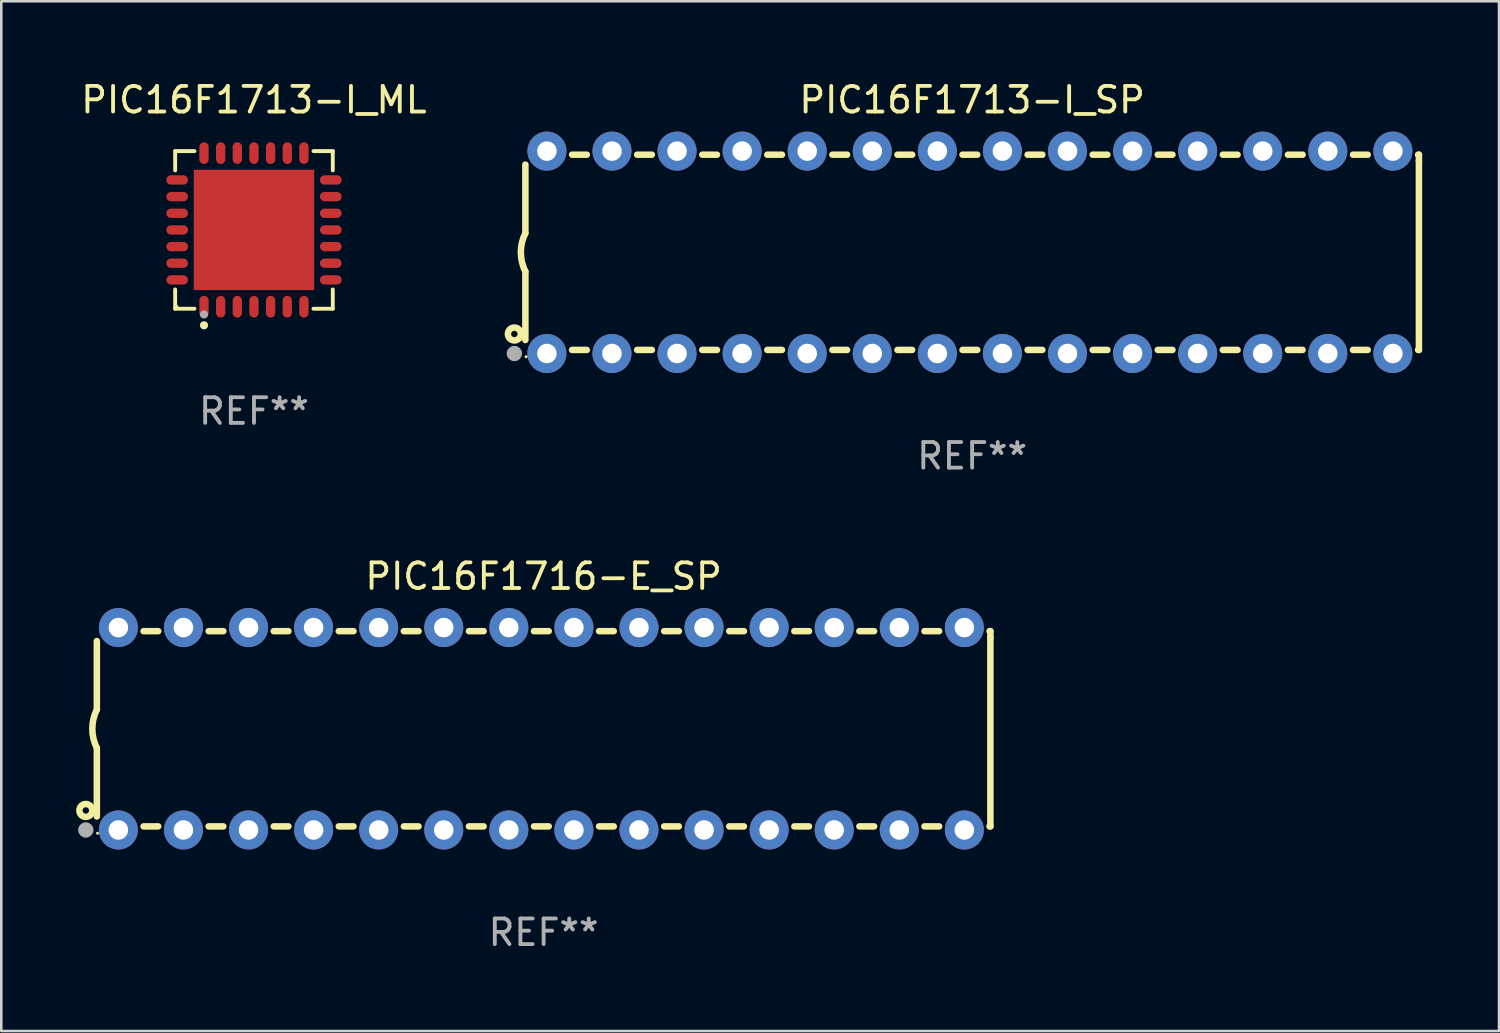
<source format=kicad_pcb>
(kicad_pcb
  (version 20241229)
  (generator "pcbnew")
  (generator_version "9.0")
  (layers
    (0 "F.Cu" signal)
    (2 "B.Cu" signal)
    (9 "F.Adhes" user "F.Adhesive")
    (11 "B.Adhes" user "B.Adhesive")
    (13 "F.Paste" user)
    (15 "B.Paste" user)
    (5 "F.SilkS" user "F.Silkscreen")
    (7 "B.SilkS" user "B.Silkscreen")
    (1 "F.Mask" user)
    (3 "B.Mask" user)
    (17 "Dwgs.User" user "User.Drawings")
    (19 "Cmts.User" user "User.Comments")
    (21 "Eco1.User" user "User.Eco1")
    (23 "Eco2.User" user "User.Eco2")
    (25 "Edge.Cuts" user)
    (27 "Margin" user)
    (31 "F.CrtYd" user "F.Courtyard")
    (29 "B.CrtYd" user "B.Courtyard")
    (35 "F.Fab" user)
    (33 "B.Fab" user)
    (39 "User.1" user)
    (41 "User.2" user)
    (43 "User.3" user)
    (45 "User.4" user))
  (footprint "PIC16F1713-I_ML"
    (layer "F.Cu")
    (at 6.863 5.924)
    (property "Reference" "PIC16F1713-I_ML" (at 0 -5.076 0) (layer "F.SilkS") (effects (font (size 1 1) (thickness 0.15))))
    (attr through_hole)
    (fp_line (start -3.076 -3.076) (end -2.323 -3.076) (stroke (width 0.152) (type solid)) (layer "F.SilkS"))
    (fp_line (start -3.076 -2.323) (end -3.076 -3.076) (stroke (width 0.152) (type solid)) (layer "F.SilkS"))
    (fp_line (start -3.076 2.323) (end -3.076 3.076) (stroke (width 0.152) (type solid)) (layer "F.SilkS"))
    (fp_line (start -3.076 3.076) (end -2.323 3.076) (stroke (width 0.152) (type solid)) (layer "F.SilkS"))
    (fp_line (start 3.076 -3.076) (end 2.323 -3.076) (stroke (width 0.152) (type solid)) (layer "F.SilkS"))
    (fp_line (start 3.076 -2.323) (end 3.076 -3.076) (stroke (width 0.152) (type solid)) (layer "F.SilkS"))
    (fp_line (start 3.076 2.323) (end 3.076 3.076) (stroke (width 0.152) (type solid)) (layer "F.SilkS"))
    (fp_line (start 3.076 3.076) (end 2.323 3.076) (stroke (width 0.152) (type solid)) (layer "F.SilkS"))
    (fp_circle (center -3 3) (end -2.97 3) (stroke (width 0.06) (type solid)) (fill no) (layer "F.SilkS"))
    (fp_circle (center -1.95 3.722) (end -1.87 3.722) (stroke (width 0.16) (type solid)) (fill no) (layer "F.SilkS"))
    (fp_circle (center -1.95 3.3) (end -1.87 3.3) (stroke (width 0.16) (type solid)) (fill no) (layer "F.Fab"))
    (fp_text user "REF**" (at 0 7.076 0) (layer "F.Fab") (effects (font (size 1 1) (thickness 0.15))))
    (pad "1" smd oval (at -1.95 2.998) (size 0.364 0.847) (layers "F.Cu" "F.Mask" "F.Paste"))
    (pad "2" smd oval (at -1.3 2.998) (size 0.364 0.847) (layers "F.Cu" "F.Mask" "F.Paste"))
    (pad "3" smd oval (at -0.65 2.998) (size 0.364 0.847) (layers "F.Cu" "F.Mask" "F.Paste"))
    (pad "4" smd oval (at 0 2.998) (size 0.364 0.847) (layers "F.Cu" "F.Mask" "F.Paste"))
    (pad "5" smd oval (at 0.65 2.998) (size 0.364 0.847) (layers "F.Cu" "F.Mask" "F.Paste"))
    (pad "6" smd oval (at 1.3 2.998) (size 0.364 0.847) (layers "F.Cu" "F.Mask" "F.Paste"))
    (pad "7" smd oval (at 1.95 2.998) (size 0.364 0.847) (layers "F.Cu" "F.Mask" "F.Paste"))
    (pad "8" smd oval (at 2.998 1.95) (size 0.847 0.364) (layers "F.Cu" "F.Mask" "F.Paste"))
    (pad "9" smd oval (at 2.998 1.3) (size 0.847 0.364) (layers "F.Cu" "F.Mask" "F.Paste"))
    (pad "10" smd oval (at 2.998 0.65) (size 0.847 0.364) (layers "F.Cu" "F.Mask" "F.Paste"))
    (pad "11" smd oval (at 2.998 0) (size 0.847 0.364) (layers "F.Cu" "F.Mask" "F.Paste"))
    (pad "12" smd oval (at 2.998 -0.65) (size 0.847 0.364) (layers "F.Cu" "F.Mask" "F.Paste"))
    (pad "13" smd oval (at 2.998 -1.3) (size 0.847 0.364) (layers "F.Cu" "F.Mask" "F.Paste"))
    (pad "14" smd oval (at 2.998 -1.95) (size 0.847 0.364) (layers "F.Cu" "F.Mask" "F.Paste"))
    (pad "15" smd oval (at 1.95 -2.998) (size 0.364 0.847) (layers "F.Cu" "F.Mask" "F.Paste"))
    (pad "16" smd oval (at 1.3 -2.998) (size 0.364 0.847) (layers "F.Cu" "F.Mask" "F.Paste"))
    (pad "17" smd oval (at 0.65 -2.998) (size 0.364 0.847) (layers "F.Cu" "F.Mask" "F.Paste"))
    (pad "18" smd oval (at 0 -2.998) (size 0.364 0.847) (layers "F.Cu" "F.Mask" "F.Paste"))
    (pad "19" smd oval (at -0.65 -2.998) (size 0.364 0.847) (layers "F.Cu" "F.Mask" "F.Paste"))
    (pad "20" smd oval (at -1.3 -2.998) (size 0.364 0.847) (layers "F.Cu" "F.Mask" "F.Paste"))
    (pad "21" smd oval (at -1.95 -2.998) (size 0.364 0.847) (layers "F.Cu" "F.Mask" "F.Paste"))
    (pad "22" smd oval (at -2.998 -1.95) (size 0.847 0.364) (layers "F.Cu" "F.Mask" "F.Paste"))
    (pad "23" smd oval (at -2.998 -1.3) (size 0.847 0.364) (layers "F.Cu" "F.Mask" "F.Paste"))
    (pad "24" smd oval (at -2.998 -0.65) (size 0.847 0.364) (layers "F.Cu" "F.Mask" "F.Paste"))
    (pad "25" smd oval (at -2.998 0) (size 0.847 0.364) (layers "F.Cu" "F.Mask" "F.Paste"))
    (pad "26" smd oval (at -2.998 0.65) (size 0.847 0.364) (layers "F.Cu" "F.Mask" "F.Paste"))
    (pad "27" smd oval (at -2.998 1.3) (size 0.847 0.364) (layers "F.Cu" "F.Mask" "F.Paste"))
    (pad "28" smd oval (at -2.998 1.95) (size 0.847 0.364) (layers "F.Cu" "F.Mask" "F.Paste"))
    (pad "29" smd rect (at 0 0) (size 4.7 4.7) (layers "F.Cu" "F.Mask" "F.Paste")))
  (footprint "PIC16F1713-I_SP"
    (layer "F.Cu")
    (at 34.894 6.798)
    (property "Reference" "PIC16F1713-I_SP" (at 0 -5.95 0) (layer "F.SilkS") (effects (font (size 1 1) (thickness 0.15))))
    (attr through_hole)
    (fp_line (start -17.438 0.75) (end -17.438 3.423) (stroke (width 0.254) (type solid)) (layer "F.SilkS"))
    (fp_line (start -17.438 -3.423) (end -17.438 -0.75) (stroke (width 0.254) (type solid)) (layer "F.SilkS"))
    (fp_line (start -15.615 3.81) (end -15.041 3.81) (stroke (width 0.254) (type solid)) (layer "F.SilkS"))
    (fp_line (start -15.041 -3.81) (end -15.614 -3.81) (stroke (width 0.254) (type solid)) (layer "F.SilkS"))
    (fp_line (start -13.075 3.81) (end -12.501 3.81) (stroke (width 0.254) (type solid)) (layer "F.SilkS"))
    (fp_line (start -12.501 -3.81) (end -13.074 -3.81) (stroke (width 0.254) (type solid)) (layer "F.SilkS"))
    (fp_line (start -10.535 3.81) (end -9.961 3.81) (stroke (width 0.254) (type solid)) (layer "F.SilkS"))
    (fp_line (start -9.961 -3.81) (end -10.534 -3.81) (stroke (width 0.254) (type solid)) (layer "F.SilkS"))
    (fp_line (start -7.995 3.81) (end -7.421 3.81) (stroke (width 0.254) (type solid)) (layer "F.SilkS"))
    (fp_line (start -7.421 -3.81) (end -7.995 -3.81) (stroke (width 0.254) (type solid)) (layer "F.SilkS"))
    (fp_line (start -5.455 3.81) (end -4.881 3.81) (stroke (width 0.254) (type solid)) (layer "F.SilkS"))
    (fp_line (start -4.881 -3.81) (end -5.455 -3.81) (stroke (width 0.254) (type solid)) (layer "F.SilkS"))
    (fp_line (start -2.915 3.81) (end -2.341 3.81) (stroke (width 0.254) (type solid)) (layer "F.SilkS"))
    (fp_line (start -2.341 -3.81) (end -2.915 -3.81) (stroke (width 0.254) (type solid)) (layer "F.SilkS"))
    (fp_line (start -0.375 3.81) (end 0.199 3.81) (stroke (width 0.254) (type solid)) (layer "F.SilkS"))
    (fp_line (start 0.199 -3.81) (end -0.375 -3.81) (stroke (width 0.254) (type solid)) (layer "F.SilkS"))
    (fp_line (start 2.165 3.81) (end 2.739 3.81) (stroke (width 0.254) (type solid)) (layer "F.SilkS"))
    (fp_line (start 2.739 -3.81) (end 2.165 -3.81) (stroke (width 0.254) (type solid)) (layer "F.SilkS"))
    (fp_line (start 4.705 3.81) (end 5.279 3.81) (stroke (width 0.254) (type solid)) (layer "F.SilkS"))
    (fp_line (start 5.279 -3.81) (end 4.705 -3.81) (stroke (width 0.254) (type solid)) (layer "F.SilkS"))
    (fp_line (start 7.245 3.81) (end 7.819 3.81) (stroke (width 0.254) (type solid)) (layer "F.SilkS"))
    (fp_line (start 7.819 -3.81) (end 7.245 -3.81) (stroke (width 0.254) (type solid)) (layer "F.SilkS"))
    (fp_line (start 9.785 3.81) (end 10.359 3.81) (stroke (width 0.254) (type solid)) (layer "F.SilkS"))
    (fp_line (start 10.359 -3.81) (end 9.785 -3.81) (stroke (width 0.254) (type solid)) (layer "F.SilkS"))
    (fp_line (start 12.325 3.81) (end 12.899 3.81) (stroke (width 0.254) (type solid)) (layer "F.SilkS"))
    (fp_line (start 12.899 -3.81) (end 12.325 -3.81) (stroke (width 0.254) (type solid)) (layer "F.SilkS"))
    (fp_line (start 14.865 3.81) (end 15.439 3.81) (stroke (width 0.254) (type solid)) (layer "F.SilkS"))
    (fp_line (start 15.439 -3.81) (end 14.865 -3.81) (stroke (width 0.254) (type solid)) (layer "F.SilkS"))
    (fp_line (start 17.405 3.81) (end 17.438 3.81) (stroke (width 0.254) (type solid)) (layer "F.SilkS"))
    (fp_line (start 17.438 -3.81) (end 17.405 -3.81) (stroke (width 0.254) (type solid)) (layer "F.SilkS"))
    (fp_line (start 17.438 -3.556) (end 17.438 -3.81) (stroke (width 0.254) (type solid)) (layer "F.SilkS"))
    (fp_line (start 17.438 3.81) (end 17.438 -3.556) (stroke (width 0.254) (type solid)) (layer "F.SilkS"))
    (fp_arc (start -17.437986 0.749657) (mid -17.614887 -0.000024) (end -17.437783 -0.749657) (stroke (width 0.254001) (type solid)) (layer "F.SilkS"))
    (fp_circle (center -17.868 3.188) (end -17.743 3.188) (stroke (width 0.254) (type solid)) (fill no) (layer "F.SilkS"))
    (fp_circle (center -17.411 4.077) (end -17.381 4.077) (stroke (width 0.06) (type solid)) (fill no) (layer "F.SilkS"))
    (fp_circle (center -17.868 3.95) (end -17.718 3.95) (stroke (width 0.3) (type solid)) (fill no) (layer "F.Fab"))
    (fp_text user "REF**" (at 0 7.95 0) (layer "F.Fab") (effects (font (size 1 1) (thickness 0.15))))
    (pad "1" thru_hole circle (at -16.598 3.95) (size 1.524 1.524) (drill 0.762) (layers "*.Cu" "*.Mask"))
    (pad "2" thru_hole circle (at -14.058 3.95) (size 1.524 1.524) (drill 0.762) (layers "*.Cu" "*.Mask"))
    (pad "3" thru_hole circle (at -11.518 3.95) (size 1.524 1.524) (drill 0.762) (layers "*.Cu" "*.Mask"))
    (pad "4" thru_hole circle (at -8.978 3.95) (size 1.524 1.524) (drill 0.762) (layers "*.Cu" "*.Mask"))
    (pad "5" thru_hole circle (at -6.438 3.95) (size 1.524 1.524) (drill 0.762) (layers "*.Cu" "*.Mask"))
    (pad "6" thru_hole circle (at -3.898 3.95) (size 1.524 1.524) (drill 0.762) (layers "*.Cu" "*.Mask"))
    (pad "7" thru_hole circle (at -1.358 3.95) (size 1.524 1.524) (drill 0.762) (layers "*.Cu" "*.Mask"))
    (pad "8" thru_hole circle (at 1.182 3.95) (size 1.524 1.524) (drill 0.762) (layers "*.Cu" "*.Mask"))
    (pad "9" thru_hole circle (at 3.722 3.95) (size 1.524 1.524) (drill 0.762) (layers "*.Cu" "*.Mask"))
    (pad "10" thru_hole circle (at 6.262 3.95) (size 1.524 1.524) (drill 0.762) (layers "*.Cu" "*.Mask"))
    (pad "11" thru_hole circle (at 8.802 3.95) (size 1.524 1.524) (drill 0.762) (layers "*.Cu" "*.Mask"))
    (pad "12" thru_hole circle (at 11.342 3.95) (size 1.524 1.524) (drill 0.762) (layers "*.Cu" "*.Mask"))
    (pad "13" thru_hole circle (at 13.882 3.95) (size 1.524 1.524) (drill 0.762) (layers "*.Cu" "*.Mask"))
    (pad "14" thru_hole circle (at 16.422 3.95) (size 1.524 1.524) (drill 0.762) (layers "*.Cu" "*.Mask"))
    (pad "15" thru_hole circle (at 16.422 -3.95) (size 1.524 1.524) (drill 0.762) (layers "*.Cu" "*.Mask"))
    (pad "16" thru_hole circle (at 13.882 -3.95) (size 1.524 1.524) (drill 0.762) (layers "*.Cu" "*.Mask"))
    (pad "17" thru_hole circle (at 11.342 -3.95) (size 1.524 1.524) (drill 0.762) (layers "*.Cu" "*.Mask"))
    (pad "18" thru_hole circle (at 8.802 -3.95) (size 1.524 1.524) (drill 0.762) (layers "*.Cu" "*.Mask"))
    (pad "19" thru_hole circle (at 6.262 -3.95) (size 1.524 1.524) (drill 0.762) (layers "*.Cu" "*.Mask"))
    (pad "20" thru_hole circle (at 3.722 -3.95) (size 1.524 1.524) (drill 0.762) (layers "*.Cu" "*.Mask"))
    (pad "21" thru_hole circle (at 1.182 -3.95) (size 1.524 1.524) (drill 0.762) (layers "*.Cu" "*.Mask"))
    (pad "22" thru_hole circle (at -1.358 -3.95) (size 1.524 1.524) (drill 0.762) (layers "*.Cu" "*.Mask"))
    (pad "23" thru_hole circle (at -3.898 -3.95) (size 1.524 1.524) (drill 0.762) (layers "*.Cu" "*.Mask"))
    (pad "24" thru_hole circle (at -6.438 -3.95) (size 1.524 1.524) (drill 0.762) (layers "*.Cu" "*.Mask"))
    (pad "25" thru_hole circle (at -8.978 -3.95) (size 1.524 1.524) (drill 0.762) (layers "*.Cu" "*.Mask"))
    (pad "26" thru_hole circle (at -11.517 -3.95) (size 1.524 1.524) (drill 0.762) (layers "*.Cu" "*.Mask"))
    (pad "27" thru_hole circle (at -14.057 -3.95) (size 1.524 1.524) (drill 0.762) (layers "*.Cu" "*.Mask"))
    (pad "28" thru_hole circle (at -16.597 -3.95) (size 1.524 1.524) (drill 0.762) (layers "*.Cu" "*.Mask")))
  (footprint "PIC16F1716-E_SP"
    (layer "F.Cu")
    (at 18.168 25.395)
    (property "Reference" "PIC16F1716-E_SP" (at 0 -5.95 0) (layer "F.SilkS") (effects (font (size 1 1) (thickness 0.15))))
    (attr through_hole)
    (fp_line (start -17.438 0.75) (end -17.438 3.423) (stroke (width 0.254) (type solid)) (layer "F.SilkS"))
    (fp_line (start -17.438 -3.423) (end -17.438 -0.75) (stroke (width 0.254) (type solid)) (layer "F.SilkS"))
    (fp_line (start -15.615 3.81) (end -15.041 3.81) (stroke (width 0.254) (type solid)) (layer "F.SilkS"))
    (fp_line (start -15.041 -3.81) (end -15.614 -3.81) (stroke (width 0.254) (type solid)) (layer "F.SilkS"))
    (fp_line (start -13.075 3.81) (end -12.501 3.81) (stroke (width 0.254) (type solid)) (layer "F.SilkS"))
    (fp_line (start -12.501 -3.81) (end -13.074 -3.81) (stroke (width 0.254) (type solid)) (layer "F.SilkS"))
    (fp_line (start -10.535 3.81) (end -9.961 3.81) (stroke (width 0.254) (type solid)) (layer "F.SilkS"))
    (fp_line (start -9.961 -3.81) (end -10.534 -3.81) (stroke (width 0.254) (type solid)) (layer "F.SilkS"))
    (fp_line (start -7.995 3.81) (end -7.421 3.81) (stroke (width 0.254) (type solid)) (layer "F.SilkS"))
    (fp_line (start -7.421 -3.81) (end -7.995 -3.81) (stroke (width 0.254) (type solid)) (layer "F.SilkS"))
    (fp_line (start -5.455 3.81) (end -4.881 3.81) (stroke (width 0.254) (type solid)) (layer "F.SilkS"))
    (fp_line (start -4.881 -3.81) (end -5.455 -3.81) (stroke (width 0.254) (type solid)) (layer "F.SilkS"))
    (fp_line (start -2.915 3.81) (end -2.341 3.81) (stroke (width 0.254) (type solid)) (layer "F.SilkS"))
    (fp_line (start -2.341 -3.81) (end -2.915 -3.81) (stroke (width 0.254) (type solid)) (layer "F.SilkS"))
    (fp_line (start -0.375 3.81) (end 0.199 3.81) (stroke (width 0.254) (type solid)) (layer "F.SilkS"))
    (fp_line (start 0.199 -3.81) (end -0.375 -3.81) (stroke (width 0.254) (type solid)) (layer "F.SilkS"))
    (fp_line (start 2.165 3.81) (end 2.739 3.81) (stroke (width 0.254) (type solid)) (layer "F.SilkS"))
    (fp_line (start 2.739 -3.81) (end 2.165 -3.81) (stroke (width 0.254) (type solid)) (layer "F.SilkS"))
    (fp_line (start 4.705 3.81) (end 5.279 3.81) (stroke (width 0.254) (type solid)) (layer "F.SilkS"))
    (fp_line (start 5.279 -3.81) (end 4.705 -3.81) (stroke (width 0.254) (type solid)) (layer "F.SilkS"))
    (fp_line (start 7.245 3.81) (end 7.819 3.81) (stroke (width 0.254) (type solid)) (layer "F.SilkS"))
    (fp_line (start 7.819 -3.81) (end 7.245 -3.81) (stroke (width 0.254) (type solid)) (layer "F.SilkS"))
    (fp_line (start 9.785 3.81) (end 10.359 3.81) (stroke (width 0.254) (type solid)) (layer "F.SilkS"))
    (fp_line (start 10.359 -3.81) (end 9.785 -3.81) (stroke (width 0.254) (type solid)) (layer "F.SilkS"))
    (fp_line (start 12.325 3.81) (end 12.899 3.81) (stroke (width 0.254) (type solid)) (layer "F.SilkS"))
    (fp_line (start 12.899 -3.81) (end 12.325 -3.81) (stroke (width 0.254) (type solid)) (layer "F.SilkS"))
    (fp_line (start 14.865 3.81) (end 15.439 3.81) (stroke (width 0.254) (type solid)) (layer "F.SilkS"))
    (fp_line (start 15.439 -3.81) (end 14.865 -3.81) (stroke (width 0.254) (type solid)) (layer "F.SilkS"))
    (fp_line (start 17.405 3.81) (end 17.438 3.81) (stroke (width 0.254) (type solid)) (layer "F.SilkS"))
    (fp_line (start 17.438 -3.81) (end 17.405 -3.81) (stroke (width 0.254) (type solid)) (layer "F.SilkS"))
    (fp_line (start 17.438 -3.556) (end 17.438 -3.81) (stroke (width 0.254) (type solid)) (layer "F.SilkS"))
    (fp_line (start 17.438 3.81) (end 17.438 -3.556) (stroke (width 0.254) (type solid)) (layer "F.SilkS"))
    (fp_arc (start -17.437986 0.749657) (mid -17.614887 -0.000024) (end -17.437783 -0.749657) (stroke (width 0.254001) (type solid)) (layer "F.SilkS"))
    (fp_circle (center -17.868 3.188) (end -17.743 3.188) (stroke (width 0.254) (type solid)) (fill no) (layer "F.SilkS"))
    (fp_circle (center -17.411 4.077) (end -17.381 4.077) (stroke (width 0.06) (type solid)) (fill no) (layer "F.SilkS"))
    (fp_circle (center -17.868 3.95) (end -17.718 3.95) (stroke (width 0.3) (type solid)) (fill no) (layer "F.Fab"))
    (fp_text user "REF**" (at 0 7.95 0) (layer "F.Fab") (effects (font (size 1 1) (thickness 0.15))))
    (pad "1" thru_hole circle (at -16.598 3.95) (size 1.524 1.524) (drill 0.762) (layers "*.Cu" "*.Mask"))
    (pad "2" thru_hole circle (at -14.058 3.95) (size 1.524 1.524) (drill 0.762) (layers "*.Cu" "*.Mask"))
    (pad "3" thru_hole circle (at -11.518 3.95) (size 1.524 1.524) (drill 0.762) (layers "*.Cu" "*.Mask"))
    (pad "4" thru_hole circle (at -8.978 3.95) (size 1.524 1.524) (drill 0.762) (layers "*.Cu" "*.Mask"))
    (pad "5" thru_hole circle (at -6.438 3.95) (size 1.524 1.524) (drill 0.762) (layers "*.Cu" "*.Mask"))
    (pad "6" thru_hole circle (at -3.898 3.95) (size 1.524 1.524) (drill 0.762) (layers "*.Cu" "*.Mask"))
    (pad "7" thru_hole circle (at -1.358 3.95) (size 1.524 1.524) (drill 0.762) (layers "*.Cu" "*.Mask"))
    (pad "8" thru_hole circle (at 1.182 3.95) (size 1.524 1.524) (drill 0.762) (layers "*.Cu" "*.Mask"))
    (pad "9" thru_hole circle (at 3.722 3.95) (size 1.524 1.524) (drill 0.762) (layers "*.Cu" "*.Mask"))
    (pad "10" thru_hole circle (at 6.262 3.95) (size 1.524 1.524) (drill 0.762) (layers "*.Cu" "*.Mask"))
    (pad "11" thru_hole circle (at 8.802 3.95) (size 1.524 1.524) (drill 0.762) (layers "*.Cu" "*.Mask"))
    (pad "12" thru_hole circle (at 11.342 3.95) (size 1.524 1.524) (drill 0.762) (layers "*.Cu" "*.Mask"))
    (pad "13" thru_hole circle (at 13.882 3.95) (size 1.524 1.524) (drill 0.762) (layers "*.Cu" "*.Mask"))
    (pad "14" thru_hole circle (at 16.422 3.95) (size 1.524 1.524) (drill 0.762) (layers "*.Cu" "*.Mask"))
    (pad "15" thru_hole circle (at 16.422 -3.95) (size 1.524 1.524) (drill 0.762) (layers "*.Cu" "*.Mask"))
    (pad "16" thru_hole circle (at 13.882 -3.95) (size 1.524 1.524) (drill 0.762) (layers "*.Cu" "*.Mask"))
    (pad "17" thru_hole circle (at 11.342 -3.95) (size 1.524 1.524) (drill 0.762) (layers "*.Cu" "*.Mask"))
    (pad "18" thru_hole circle (at 8.802 -3.95) (size 1.524 1.524) (drill 0.762) (layers "*.Cu" "*.Mask"))
    (pad "19" thru_hole circle (at 6.262 -3.95) (size 1.524 1.524) (drill 0.762) (layers "*.Cu" "*.Mask"))
    (pad "20" thru_hole circle (at 3.722 -3.95) (size 1.524 1.524) (drill 0.762) (layers "*.Cu" "*.Mask"))
    (pad "21" thru_hole circle (at 1.182 -3.95) (size 1.524 1.524) (drill 0.762) (layers "*.Cu" "*.Mask"))
    (pad "22" thru_hole circle (at -1.358 -3.95) (size 1.524 1.524) (drill 0.762) (layers "*.Cu" "*.Mask"))
    (pad "23" thru_hole circle (at -3.898 -3.95) (size 1.524 1.524) (drill 0.762) (layers "*.Cu" "*.Mask"))
    (pad "24" thru_hole circle (at -6.438 -3.95) (size 1.524 1.524) (drill 0.762) (layers "*.Cu" "*.Mask"))
    (pad "25" thru_hole circle (at -8.978 -3.95) (size 1.524 1.524) (drill 0.762) (layers "*.Cu" "*.Mask"))
    (pad "26" thru_hole circle (at -11.517 -3.95) (size 1.524 1.524) (drill 0.762) (layers "*.Cu" "*.Mask"))
    (pad "27" thru_hole circle (at -14.057 -3.95) (size 1.524 1.524) (drill 0.762) (layers "*.Cu" "*.Mask"))
    (pad "28" thru_hole circle (at -16.597 -3.95) (size 1.524 1.524) (drill 0.762) (layers "*.Cu" "*.Mask")))
  (gr_rect
    (start -3 -3)
    (end 55.459 37.193)
    (stroke (width 0.1) (type default))
    (fill no)
    (layer "Edge.Cuts")))
</source>
